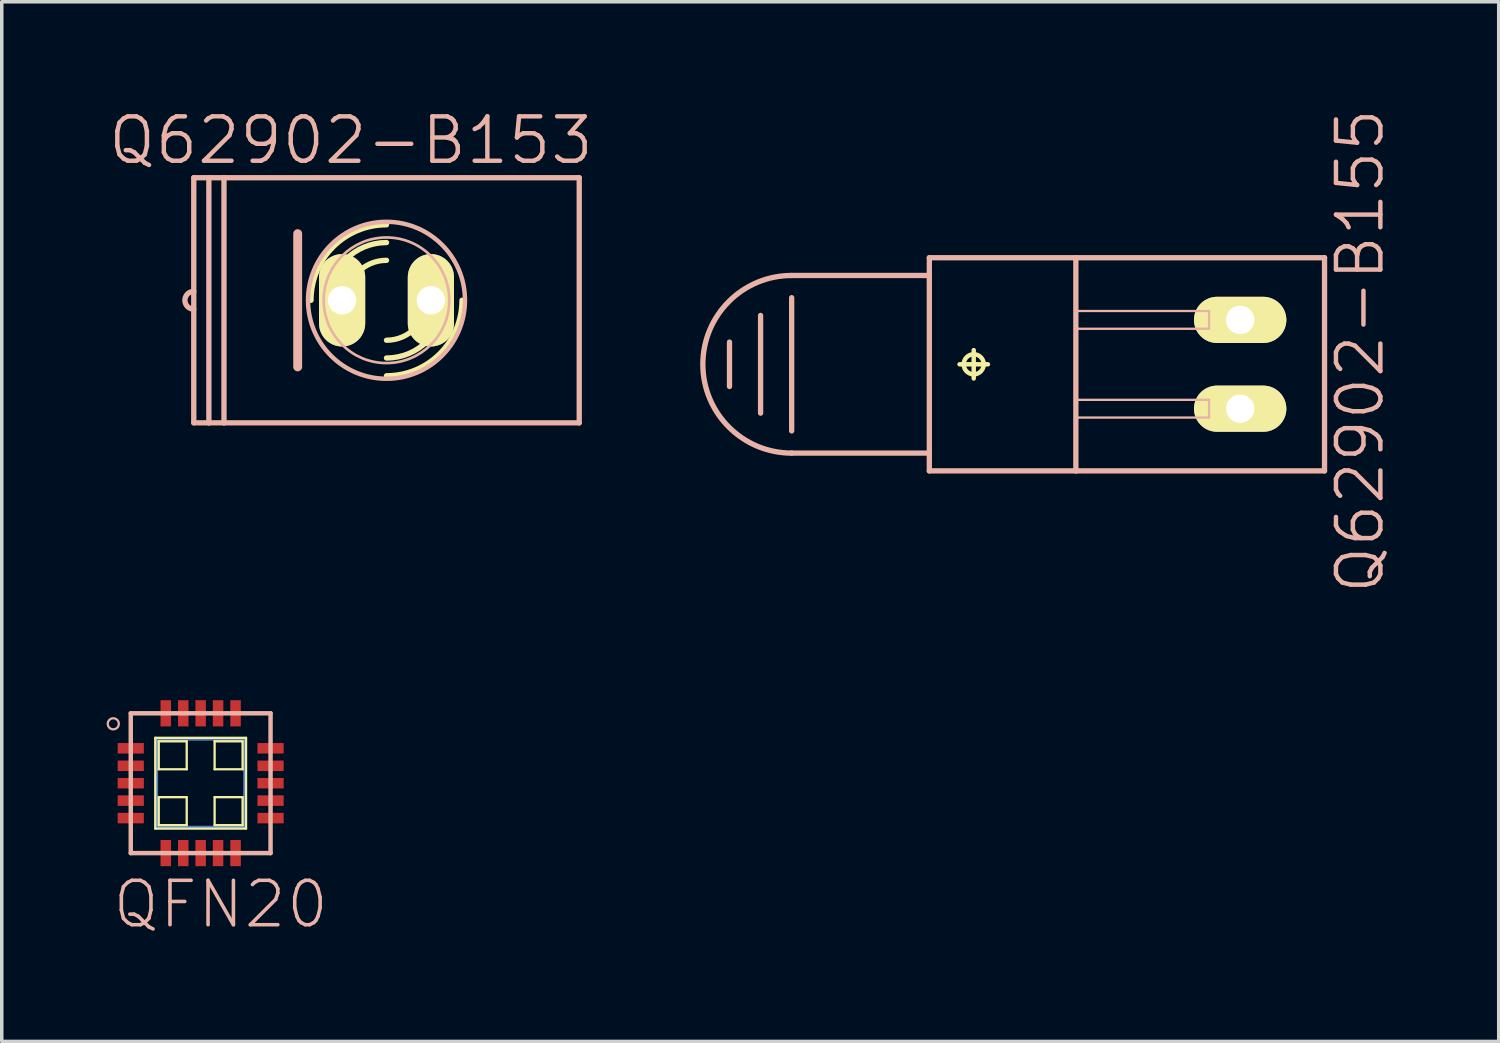
<source format=kicad_pcb>
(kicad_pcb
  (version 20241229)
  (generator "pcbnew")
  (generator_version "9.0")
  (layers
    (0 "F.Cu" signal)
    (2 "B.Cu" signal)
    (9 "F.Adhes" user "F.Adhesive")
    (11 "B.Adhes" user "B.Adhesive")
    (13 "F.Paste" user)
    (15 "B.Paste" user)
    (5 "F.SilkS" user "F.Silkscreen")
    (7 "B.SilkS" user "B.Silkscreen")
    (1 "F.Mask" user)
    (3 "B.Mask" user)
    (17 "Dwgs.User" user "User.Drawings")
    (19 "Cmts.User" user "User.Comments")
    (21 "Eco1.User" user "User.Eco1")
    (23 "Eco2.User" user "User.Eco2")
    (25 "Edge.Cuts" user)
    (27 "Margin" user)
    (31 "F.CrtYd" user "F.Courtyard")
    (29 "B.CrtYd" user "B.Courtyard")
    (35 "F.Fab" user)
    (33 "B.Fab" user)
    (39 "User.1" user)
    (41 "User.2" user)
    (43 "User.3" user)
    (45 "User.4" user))
  (footprint "QFN20"
    (layer "F.Cu")
    (at 2.689 19.35)
    (property "Reference" "QFN20" (at 0.574 3.465 0) (layer "B.SilkS") (effects (font (size 1.27 1.27) (thickness 0.102))))
    (attr smd)
    (fp_line (start -1.25 -1.25) (end 1.25 -1.25) (stroke (width 0.066) (type solid)) (layer "B.Cu"))
    (fp_line (start -1.25 1.25) (end -1.25 -1.25) (stroke (width 0.066) (type solid)) (layer "B.Cu"))
    (fp_line (start -1.25 1.25) (end 1.25 1.25) (stroke (width 0.066) (type solid)) (layer "B.Cu"))
    (fp_line (start 1.25 1.25) (end 1.25 -1.25) (stroke (width 0.066) (type solid)) (layer "B.Cu"))
    (fp_line (start -1.298 -1.298) (end 1.298 -1.298) (stroke (width 0.066) (type solid)) (layer "F.SilkS"))
    (fp_line (start -1.298 1.298) (end -1.298 -1.298) (stroke (width 0.066) (type solid)) (layer "F.SilkS"))
    (fp_line (start -1.298 1.298) (end 1.298 1.298) (stroke (width 0.066) (type solid)) (layer "F.SilkS"))
    (fp_line (start -1.199 -1.199) (end -0.399 -1.199) (stroke (width 0.066) (type solid)) (layer "F.SilkS"))
    (fp_line (start -1.199 -0.399) (end -1.199 -1.199) (stroke (width 0.066) (type solid)) (layer "F.SilkS"))
    (fp_line (start -1.199 -0.399) (end -0.399 -0.399) (stroke (width 0.066) (type solid)) (layer "F.SilkS"))
    (fp_line (start -1.199 0.399) (end -0.399 0.399) (stroke (width 0.066) (type solid)) (layer "F.SilkS"))
    (fp_line (start -1.199 1.199) (end -1.199 0.399) (stroke (width 0.066) (type solid)) (layer "F.SilkS"))
    (fp_line (start -1.199 1.199) (end -0.399 1.199) (stroke (width 0.066) (type solid)) (layer "F.SilkS"))
    (fp_line (start -0.399 -0.399) (end -0.399 -1.199) (stroke (width 0.066) (type solid)) (layer "F.SilkS"))
    (fp_line (start -0.399 1.199) (end -0.399 0.399) (stroke (width 0.066) (type solid)) (layer "F.SilkS"))
    (fp_line (start 0.399 -1.199) (end 1.199 -1.199) (stroke (width 0.066) (type solid)) (layer "F.SilkS"))
    (fp_line (start 0.399 -0.399) (end 0.399 -1.199) (stroke (width 0.066) (type solid)) (layer "F.SilkS"))
    (fp_line (start 0.399 -0.399) (end 1.199 -0.399) (stroke (width 0.066) (type solid)) (layer "F.SilkS"))
    (fp_line (start 0.399 0.399) (end 1.199 0.399) (stroke (width 0.066) (type solid)) (layer "F.SilkS"))
    (fp_line (start 0.399 1.199) (end 0.399 0.399) (stroke (width 0.066) (type solid)) (layer "F.SilkS"))
    (fp_line (start 0.399 1.199) (end 1.199 1.199) (stroke (width 0.066) (type solid)) (layer "F.SilkS"))
    (fp_line (start 1.199 -0.399) (end 1.199 -1.199) (stroke (width 0.066) (type solid)) (layer "F.SilkS"))
    (fp_line (start 1.199 1.199) (end 1.199 0.399) (stroke (width 0.066) (type solid)) (layer "F.SilkS"))
    (fp_line (start 1.298 1.298) (end 1.298 -1.298) (stroke (width 0.066) (type solid)) (layer "F.SilkS"))
    (fp_line (start -1.999 -1.999) (end 1.999 -1.999) (stroke (width 0.127) (type solid)) (layer "B.SilkS"))
    (fp_line (start -1.999 1.999) (end -1.999 -1.999) (stroke (width 0.127) (type solid)) (layer "B.SilkS"))
    (fp_line (start 1.999 -1.999) (end 1.999 1.999) (stroke (width 0.127) (type solid)) (layer "B.SilkS"))
    (fp_line (start 1.999 1.999) (end -1.999 1.999) (stroke (width 0.127) (type solid)) (layer "B.SilkS"))
    (fp_circle (center -2.499 -1.699) (end -2.611 -1.811) (stroke (width 0.064) (type solid)) (fill no) (layer "B.SilkS"))
    (pad "1" smd rect (at -1.999 -0.998) (size 0.749 0.3) (layers "F.Cu" "F.Mask" "F.Paste"))
    (pad "2" smd rect (at -1.999 -0.498) (size 0.749 0.3) (layers "F.Cu" "F.Mask" "F.Paste"))
    (pad "3" smd rect (at -1.999 0) (size 0.749 0.3) (layers "F.Cu" "F.Mask" "F.Paste"))
    (pad "4" smd rect (at -1.999 0.498) (size 0.749 0.3) (layers "F.Cu" "F.Mask" "F.Paste"))
    (pad "5" smd rect (at -1.999 0.998) (size 0.749 0.3) (layers "F.Cu" "F.Mask" "F.Paste"))
    (pad "6" smd rect (at -0.998 1.999 90) (size 0.749 0.3) (layers "F.Cu" "F.Mask" "F.Paste"))
    (pad "7" smd rect (at -0.498 1.999 90) (size 0.749 0.3) (layers "F.Cu" "F.Mask" "F.Paste"))
    (pad "8" smd rect (at 0 1.999 90) (size 0.749 0.3) (layers "F.Cu" "F.Mask" "F.Paste"))
    (pad "9" smd rect (at 0.498 1.999 90) (size 0.749 0.3) (layers "F.Cu" "F.Mask" "F.Paste"))
    (pad "10" smd rect (at 0.998 1.999 90) (size 0.749 0.3) (layers "F.Cu" "F.Mask" "F.Paste"))
    (pad "11" smd rect (at 1.999 0.998 180) (size 0.749 0.3) (layers "F.Cu" "F.Mask" "F.Paste"))
    (pad "12" smd rect (at 1.999 0.498 180) (size 0.749 0.3) (layers "F.Cu" "F.Mask" "F.Paste"))
    (pad "13" smd rect (at 1.999 0 180) (size 0.749 0.3) (layers "F.Cu" "F.Mask" "F.Paste"))
    (pad "14" smd rect (at 1.999 -0.498 180) (size 0.749 0.3) (layers "F.Cu" "F.Mask" "F.Paste"))
    (pad "15" smd rect (at 1.999 -0.998 180) (size 0.749 0.3) (layers "F.Cu" "F.Mask" "F.Paste"))
    (pad "16" smd rect (at 0.998 -1.999 270) (size 0.749 0.3) (layers "F.Cu" "F.Mask" "F.Paste"))
    (pad "17" smd rect (at 0.498 -1.999 270) (size 0.749 0.3) (layers "F.Cu" "F.Mask" "F.Paste"))
    (pad "18" smd rect (at 0 -1.999 270) (size 0.749 0.3) (layers "F.Cu" "F.Mask" "F.Paste"))
    (pad "19" smd rect (at -0.498 -1.999 270) (size 0.749 0.3) (layers "F.Cu" "F.Mask" "F.Paste"))
    (pad "20" smd rect (at -0.998 -1.999 270) (size 0.749 0.3) (layers "F.Cu" "F.Mask" "F.Paste")))
  (footprint "Q62902-B155"
    (layer "F.Cu")
    (at 24.799 7.369)
    (property "Reference" "Q62902-B155" (at 11.049 -0.381 90) (layer "B.SilkS") (effects (font (size 1.27 1.27) (thickness 0.127))))
    (attr exclude_from_pos_files exclude_from_bom)
    (fp_line (start -0.406 0) (end 0.406 0) (stroke (width 0.127) (type solid)) (layer "F.SilkS"))
    (fp_line (start 0 0.406) (end 0 -0.406) (stroke (width 0.127) (type solid)) (layer "F.SilkS"))
    (fp_circle (center 0 0) (end -0.203 0.203) (stroke (width 0.127) (type solid)) (fill no) (layer "F.SilkS"))
    (fp_line (start -6.985 -0.635) (end -6.985 0.635) (stroke (width 0.152) (type solid)) (layer "B.SilkS"))
    (fp_line (start -6.096 -1.397) (end -6.096 1.397) (stroke (width 0.152) (type solid)) (layer "B.SilkS"))
    (fp_line (start -5.207 -1.905) (end -5.207 1.905) (stroke (width 0.152) (type solid)) (layer "B.SilkS"))
    (fp_line (start -5.207 2.54) (end -1.27 2.54) (stroke (width 0.152) (type solid)) (layer "B.SilkS"))
    (fp_line (start -1.27 -2.54) (end -5.207 -2.54) (stroke (width 0.152) (type solid)) (layer "B.SilkS"))
    (fp_line (start -1.27 -2.54) (end -1.27 -3.048) (stroke (width 0.152) (type solid)) (layer "B.SilkS"))
    (fp_line (start -1.27 2.54) (end -1.27 -2.54) (stroke (width 0.152) (type solid)) (layer "B.SilkS"))
    (fp_line (start -1.27 3.048) (end -1.27 2.54) (stroke (width 0.152) (type solid)) (layer "B.SilkS"))
    (fp_line (start -1.27 3.048) (end 2.921 3.048) (stroke (width 0.152) (type solid)) (layer "B.SilkS"))
    (fp_line (start 2.921 -3.048) (end -1.27 -3.048) (stroke (width 0.152) (type solid)) (layer "B.SilkS"))
    (fp_line (start 2.921 -1.524) (end 6.731 -1.524) (stroke (width 0.066) (type solid)) (layer "B.SilkS"))
    (fp_line (start 2.921 -1.016) (end 2.921 -1.524) (stroke (width 0.066) (type solid)) (layer "B.SilkS"))
    (fp_line (start 2.921 -1.016) (end 6.731 -1.016) (stroke (width 0.066) (type solid)) (layer "B.SilkS"))
    (fp_line (start 2.921 1.016) (end 6.731 1.016) (stroke (width 0.066) (type solid)) (layer "B.SilkS"))
    (fp_line (start 2.921 1.524) (end 2.921 1.016) (stroke (width 0.066) (type solid)) (layer "B.SilkS"))
    (fp_line (start 2.921 1.524) (end 6.731 1.524) (stroke (width 0.066) (type solid)) (layer "B.SilkS"))
    (fp_line (start 2.921 3.048) (end 2.921 -3.048) (stroke (width 0.152) (type solid)) (layer "B.SilkS"))
    (fp_line (start 2.921 3.048) (end 10.033 3.048) (stroke (width 0.152) (type solid)) (layer "B.SilkS"))
    (fp_line (start 6.731 -1.016) (end 6.731 -1.524) (stroke (width 0.066) (type solid)) (layer "B.SilkS"))
    (fp_line (start 6.731 1.524) (end 6.731 1.016) (stroke (width 0.066) (type solid)) (layer "B.SilkS"))
    (fp_line (start 10.033 -3.048) (end 2.921 -3.048) (stroke (width 0.152) (type solid)) (layer "B.SilkS"))
    (fp_line (start 10.033 -3.048) (end 10.033 3.048) (stroke (width 0.152) (type solid)) (layer "B.SilkS"))
    (fp_arc (start -5.207 2.54) (mid -7.747 0) (end -5.207 -2.54) (stroke (width 0.1524) (type solid)) (layer "B.SilkS"))
    (pad "A" thru_hole oval (at 7.62 1.27 90) (size 1.321 2.642) (drill 0.813) (layers "*.Cu" "F.Mask" "F.SilkS" "F.Paste"))
    (pad "K" thru_hole oval (at 7.62 -1.27 90) (size 1.321 2.642) (drill 0.813) (layers "*.Cu" "F.Mask" "F.SilkS" "F.Paste")))
  (footprint "Q62902-B153"
    (layer "F.Cu")
    (at 8.004 5.538)
    (property "Reference" "Q62902-B153" (at -1.016 -4.572 0) (layer "B.SilkS") (effects (font (size 1.27 1.27) (thickness 0.127))))
    (attr exclude_from_pos_files exclude_from_bom)
    (fp_arc (start -2.159 0) (mid -1.526644 -1.526644) (end 0 -2.159) (stroke (width 0.1524) (type solid)) (layer "F.SilkS"))
    (fp_arc (start -1.651 0) (mid -1.167433 -1.167433) (end 0 -1.651) (stroke (width 0.1524) (type solid)) (layer "F.SilkS"))
    (fp_arc (start -1.143 0) (mid -0.808223 -0.808223) (end 0 -1.143) (stroke (width 0.1524) (type solid)) (layer "F.SilkS"))
    (fp_arc (start 1.143 0) (mid 0.808223 0.808223) (end 0 1.143) (stroke (width 0.1524) (type solid)) (layer "F.SilkS"))
    (fp_arc (start 1.651 0) (mid 1.167433 1.167433) (end 0 1.651) (stroke (width 0.1524) (type solid)) (layer "F.SilkS"))
    (fp_arc (start 2.159 0) (mid 1.526644 1.526644) (end 0 2.159) (stroke (width 0.1524) (type solid)) (layer "F.SilkS"))
    (fp_line (start -5.512 3.505) (end -5.512 -3.505) (stroke (width 0.152) (type solid)) (layer "B.SilkS"))
    (fp_line (start -5.08 -3.505) (end -5.512 -3.505) (stroke (width 0.152) (type solid)) (layer "B.SilkS"))
    (fp_line (start -5.08 3.505) (end -5.512 3.505) (stroke (width 0.152) (type solid)) (layer "B.SilkS"))
    (fp_line (start -5.08 3.505) (end -5.08 -3.505) (stroke (width 0.152) (type solid)) (layer "B.SilkS"))
    (fp_line (start -4.648 -3.505) (end -5.08 -3.505) (stroke (width 0.152) (type solid)) (layer "B.SilkS"))
    (fp_line (start -4.648 -3.505) (end -4.648 3.505) (stroke (width 0.152) (type solid)) (layer "B.SilkS"))
    (fp_line (start -4.648 -3.505) (end 5.512 -3.505) (stroke (width 0.152) (type solid)) (layer "B.SilkS"))
    (fp_line (start -4.648 3.505) (end -5.08 3.505) (stroke (width 0.152) (type solid)) (layer "B.SilkS"))
    (fp_line (start -2.54 -1.905) (end -2.54 1.905) (stroke (width 0.254) (type solid)) (layer "B.SilkS"))
    (fp_line (start 5.512 -3.505) (end 5.512 3.505) (stroke (width 0.152) (type solid)) (layer "B.SilkS"))
    (fp_line (start 5.512 3.505) (end -4.648 3.505) (stroke (width 0.152) (type solid)) (layer "B.SilkS"))
    (fp_arc (start -5.5118 0.254) (mid -5.7658 0) (end -5.5118 -0.254) (stroke (width 0.1524) (type solid)) (layer "B.SilkS"))
    (fp_circle (center 0 0) (end -1.587 1.587) (stroke (width 0.127) (type solid)) (fill no) (layer "B.SilkS"))
    (fp_circle (center 0 0) (end -1.27 1.27) (stroke (width 0.076) (type solid)) (fill no) (layer "B.SilkS"))
    (pad "A" thru_hole oval (at 1.27 0 180) (size 1.321 2.642) (drill 0.813) (layers "*.Cu" "F.Mask" "F.SilkS" "F.Paste"))
    (pad "K" thru_hole oval (at -1.27 0 180) (size 1.321 2.642) (drill 0.813) (layers "*.Cu" "F.Mask" "F.SilkS" "F.Paste")))
  (gr_rect
    (start -3 -3)
    (end 39.814 26.735)
    (stroke (width 0.1) (type default))
    (fill no)
    (layer "Edge.Cuts")))
</source>
